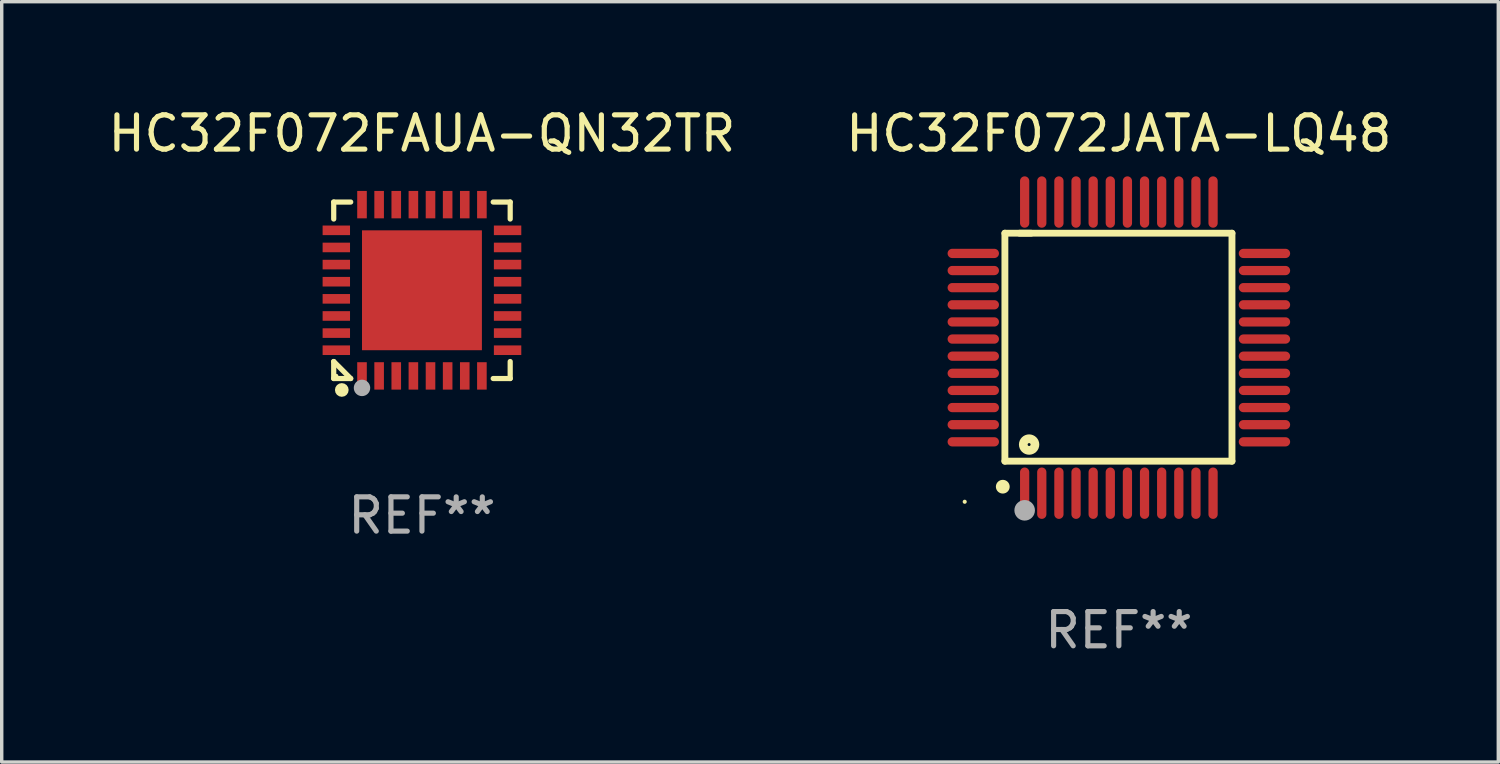
<source format=kicad_pcb>
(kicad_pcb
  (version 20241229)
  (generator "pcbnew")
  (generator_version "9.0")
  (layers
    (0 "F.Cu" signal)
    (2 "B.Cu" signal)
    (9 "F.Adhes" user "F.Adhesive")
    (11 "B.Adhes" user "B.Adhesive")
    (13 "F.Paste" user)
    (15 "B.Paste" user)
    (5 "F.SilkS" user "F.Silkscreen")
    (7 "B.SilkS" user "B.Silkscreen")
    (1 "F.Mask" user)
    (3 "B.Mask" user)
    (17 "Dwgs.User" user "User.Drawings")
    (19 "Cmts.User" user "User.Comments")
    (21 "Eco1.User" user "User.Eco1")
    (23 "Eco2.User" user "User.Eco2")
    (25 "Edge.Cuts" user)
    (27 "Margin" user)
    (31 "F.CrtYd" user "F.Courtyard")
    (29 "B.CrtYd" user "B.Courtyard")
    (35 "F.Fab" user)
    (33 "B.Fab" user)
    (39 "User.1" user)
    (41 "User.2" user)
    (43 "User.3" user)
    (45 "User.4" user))
  (footprint "HC32F072FAUA-QN32TR"
    (layer "F.Cu")
    (at 9.268 5.424)
    (property "Reference" "HC32F072FAUA-QN32TR" (at 0 -4.576 0) (layer "F.SilkS") (effects (font (size 1 1) (thickness 0.15))))
    (attr through_hole)
    (fp_line (start -2.576 -2.576) (end -2.08 -2.576) (stroke (width 0.152) (type solid)) (layer "F.SilkS"))
    (fp_line (start -2.576 -2.08) (end -2.576 -2.576) (stroke (width 0.152) (type solid)) (layer "F.SilkS"))
    (fp_line (start -2.576 2.08) (end -2.576 2.576) (stroke (width 0.152) (type solid)) (layer "F.SilkS"))
    (fp_line (start -2.576 2.08) (end -2.08 2.576) (stroke (width 0.152) (type solid)) (layer "F.SilkS"))
    (fp_line (start -2.576 2.576) (end -2.08 2.576) (stroke (width 0.152) (type solid)) (layer "F.SilkS"))
    (fp_line (start 2.576 -2.576) (end 2.08 -2.576) (stroke (width 0.152) (type solid)) (layer "F.SilkS"))
    (fp_line (start 2.576 -2.08) (end 2.576 -2.576) (stroke (width 0.152) (type solid)) (layer "F.SilkS"))
    (fp_line (start 2.576 2.08) (end 2.576 2.576) (stroke (width 0.152) (type solid)) (layer "F.SilkS"))
    (fp_line (start 2.576 2.576) (end 2.08 2.576) (stroke (width 0.152) (type solid)) (layer "F.SilkS"))
    (fp_circle (center -2.5 2.5) (end -2.47 2.5) (stroke (width 0.06) (type solid)) (fill no) (layer "F.SilkS"))
    (fp_circle (center -2.34 2.91) (end -2.24 2.91) (stroke (width 0.2) (type solid)) (fill no) (layer "F.SilkS"))
    (fp_circle (center -1.75 2.85) (end -1.63 2.85) (stroke (width 0.24) (type solid)) (fill no) (layer "F.Fab"))
    (fp_text user "REF**" (at 0 6.576 0) (layer "F.Fab") (effects (font (size 1 1) (thickness 0.15))))
    (pad "1" smd rect (at -1.75 2.5) (size 0.28 0.8) (layers "F.Cu" "F.Mask" "F.Paste"))
    (pad "2" smd rect (at -1.25 2.5) (size 0.28 0.8) (layers "F.Cu" "F.Mask" "F.Paste"))
    (pad "3" smd rect (at -0.75 2.5) (size 0.28 0.8) (layers "F.Cu" "F.Mask" "F.Paste"))
    (pad "4" smd rect (at -0.25 2.5) (size 0.28 0.8) (layers "F.Cu" "F.Mask" "F.Paste"))
    (pad "5" smd rect (at 0.25 2.5) (size 0.28 0.8) (layers "F.Cu" "F.Mask" "F.Paste"))
    (pad "6" smd rect (at 0.75 2.5) (size 0.28 0.8) (layers "F.Cu" "F.Mask" "F.Paste"))
    (pad "7" smd rect (at 1.25 2.5) (size 0.28 0.8) (layers "F.Cu" "F.Mask" "F.Paste"))
    (pad "8" smd rect (at 1.75 2.5) (size 0.28 0.8) (layers "F.Cu" "F.Mask" "F.Paste"))
    (pad "9" smd rect (at 2.5 1.75) (size 0.8 0.28) (layers "F.Cu" "F.Mask" "F.Paste"))
    (pad "10" smd rect (at 2.5 1.25) (size 0.8 0.28) (layers "F.Cu" "F.Mask" "F.Paste"))
    (pad "11" smd rect (at 2.5 0.75) (size 0.8 0.28) (layers "F.Cu" "F.Mask" "F.Paste"))
    (pad "12" smd rect (at 2.5 0.25) (size 0.8 0.28) (layers "F.Cu" "F.Mask" "F.Paste"))
    (pad "13" smd rect (at 2.5 -0.25) (size 0.8 0.28) (layers "F.Cu" "F.Mask" "F.Paste"))
    (pad "14" smd rect (at 2.5 -0.75) (size 0.8 0.28) (layers "F.Cu" "F.Mask" "F.Paste"))
    (pad "15" smd rect (at 2.5 -1.25) (size 0.8 0.28) (layers "F.Cu" "F.Mask" "F.Paste"))
    (pad "16" smd rect (at 2.5 -1.75) (size 0.8 0.28) (layers "F.Cu" "F.Mask" "F.Paste"))
    (pad "17" smd rect (at 1.75 -2.5) (size 0.28 0.8) (layers "F.Cu" "F.Mask" "F.Paste"))
    (pad "18" smd rect (at 1.25 -2.5) (size 0.28 0.8) (layers "F.Cu" "F.Mask" "F.Paste"))
    (pad "19" smd rect (at 0.75 -2.5) (size 0.28 0.8) (layers "F.Cu" "F.Mask" "F.Paste"))
    (pad "20" smd rect (at 0.25 -2.5) (size 0.28 0.8) (layers "F.Cu" "F.Mask" "F.Paste"))
    (pad "21" smd rect (at -0.25 -2.5) (size 0.28 0.8) (layers "F.Cu" "F.Mask" "F.Paste"))
    (pad "22" smd rect (at -0.75 -2.5) (size 0.28 0.8) (layers "F.Cu" "F.Mask" "F.Paste"))
    (pad "23" smd rect (at -1.25 -2.5) (size 0.28 0.8) (layers "F.Cu" "F.Mask" "F.Paste"))
    (pad "24" smd rect (at -1.75 -2.5) (size 0.28 0.8) (layers "F.Cu" "F.Mask" "F.Paste"))
    (pad "25" smd rect (at -2.5 -1.75) (size 0.8 0.28) (layers "F.Cu" "F.Mask" "F.Paste"))
    (pad "26" smd rect (at -2.5 -1.25) (size 0.8 0.28) (layers "F.Cu" "F.Mask" "F.Paste"))
    (pad "27" smd rect (at -2.5 -0.75) (size 0.8 0.28) (layers "F.Cu" "F.Mask" "F.Paste"))
    (pad "28" smd rect (at -2.5 -0.25) (size 0.8 0.28) (layers "F.Cu" "F.Mask" "F.Paste"))
    (pad "29" smd rect (at -2.5 0.25) (size 0.8 0.28) (layers "F.Cu" "F.Mask" "F.Paste"))
    (pad "30" smd rect (at -2.5 0.75) (size 0.8 0.28) (layers "F.Cu" "F.Mask" "F.Paste"))
    (pad "31" smd rect (at -2.5 1.25) (size 0.8 0.28) (layers "F.Cu" "F.Mask" "F.Paste"))
    (pad "32" smd rect (at -2.5 1.75) (size 0.8 0.28) (layers "F.Cu" "F.Mask" "F.Paste"))
    (pad "33" smd rect (at 0 0) (size 3.5 3.5) (layers "F.Cu" "F.Mask" "F.Paste")))
  (footprint "HC32F072JATA-LQ48"
    (layer "F.Cu")
    (at 29.613 7.098)
    (property "Reference" "HC32F072JATA-LQ48" (at 0 -6.25 0) (layer "F.SilkS") (effects (font (size 1 1) (thickness 0.15))))
    (attr through_hole)
    (fp_line (start -3.327 -3.34) (end -2.565 -3.34) (stroke (width 0.2) (type solid)) (layer "F.SilkS"))
    (fp_line (start -3.327 3.315) (end -3.327 -3.34) (stroke (width 0.2) (type solid)) (layer "F.SilkS"))
    (fp_line (start -2.896 -3.34) (end 3.302 -3.34) (stroke (width 0.2) (type solid)) (layer "F.SilkS"))
    (fp_line (start 3.302 -3.34) (end 3.302 3.315) (stroke (width 0.2) (type solid)) (layer "F.SilkS"))
    (fp_line (start 3.302 3.315) (end -3.327 3.315) (stroke (width 0.2) (type solid)) (layer "F.SilkS"))
    (fp_arc (start -3.389992 4.059995) (mid -3.388722 4.059991) (end -3.387452 4.059995) (stroke (width 0.4) (type solid)) (layer "F.SilkS"))
    (fp_circle (center -4.5 4.5) (end -4.47 4.5) (stroke (width 0.06) (type solid)) (fill no) (layer "F.SilkS"))
    (fp_circle (center -2.62 2.83) (end -2.45 2.83) (stroke (width 0.254) (type solid)) (fill no) (layer "F.SilkS"))
    (fp_circle (center -2.75 4.75) (end -2.6 4.75) (stroke (width 0.3) (type solid)) (fill no) (layer "F.Fab"))
    (fp_text user "REF**" (at 0 8.25 0) (layer "F.Fab") (effects (font (size 1 1) (thickness 0.15))))
    (pad "1" smd oval (at -2.75 4.25) (size 0.27 1.5) (layers "F.Cu" "F.Mask" "F.Paste"))
    (pad "2" smd oval (at -2.25 4.25) (size 0.27 1.5) (layers "F.Cu" "F.Mask" "F.Paste"))
    (pad "3" smd oval (at -1.75 4.25) (size 0.27 1.5) (layers "F.Cu" "F.Mask" "F.Paste"))
    (pad "4" smd oval (at -1.25 4.25) (size 0.27 1.5) (layers "F.Cu" "F.Mask" "F.Paste"))
    (pad "5" smd oval (at -0.75 4.25) (size 0.27 1.5) (layers "F.Cu" "F.Mask" "F.Paste"))
    (pad "6" smd oval (at -0.25 4.25) (size 0.27 1.5) (layers "F.Cu" "F.Mask" "F.Paste"))
    (pad "7" smd oval (at 0.25 4.25) (size 0.27 1.5) (layers "F.Cu" "F.Mask" "F.Paste"))
    (pad "8" smd oval (at 0.75 4.25) (size 0.27 1.5) (layers "F.Cu" "F.Mask" "F.Paste"))
    (pad "9" smd oval (at 1.25 4.25) (size 0.27 1.5) (layers "F.Cu" "F.Mask" "F.Paste"))
    (pad "10" smd oval (at 1.75 4.25) (size 0.27 1.5) (layers "F.Cu" "F.Mask" "F.Paste"))
    (pad "11" smd oval (at 2.25 4.25) (size 0.27 1.5) (layers "F.Cu" "F.Mask" "F.Paste"))
    (pad "12" smd oval (at 2.75 4.25) (size 0.27 1.5) (layers "F.Cu" "F.Mask" "F.Paste"))
    (pad "13" smd oval (at 4.25 2.75) (size 1.5 0.27) (layers "F.Cu" "F.Mask" "F.Paste"))
    (pad "14" smd oval (at 4.25 2.25) (size 1.5 0.27) (layers "F.Cu" "F.Mask" "F.Paste"))
    (pad "15" smd oval (at 4.25 1.75) (size 1.5 0.27) (layers "F.Cu" "F.Mask" "F.Paste"))
    (pad "16" smd oval (at 4.25 1.25) (size 1.5 0.27) (layers "F.Cu" "F.Mask" "F.Paste"))
    (pad "17" smd oval (at 4.25 0.75) (size 1.5 0.27) (layers "F.Cu" "F.Mask" "F.Paste"))
    (pad "18" smd oval (at 4.25 0.25) (size 1.5 0.27) (layers "F.Cu" "F.Mask" "F.Paste"))
    (pad "19" smd oval (at 4.25 -0.25) (size 1.5 0.27) (layers "F.Cu" "F.Mask" "F.Paste"))
    (pad "20" smd oval (at 4.25 -0.75) (size 1.5 0.27) (layers "F.Cu" "F.Mask" "F.Paste"))
    (pad "21" smd oval (at 4.25 -1.25) (size 1.5 0.27) (layers "F.Cu" "F.Mask" "F.Paste"))
    (pad "22" smd oval (at 4.25 -1.75) (size 1.5 0.27) (layers "F.Cu" "F.Mask" "F.Paste"))
    (pad "23" smd oval (at 4.25 -2.25) (size 1.5 0.27) (layers "F.Cu" "F.Mask" "F.Paste"))
    (pad "24" smd oval (at 4.25 -2.75) (size 1.5 0.27) (layers "F.Cu" "F.Mask" "F.Paste"))
    (pad "25" smd oval (at 2.75 -4.25) (size 0.27 1.5) (layers "F.Cu" "F.Mask" "F.Paste"))
    (pad "26" smd oval (at 2.25 -4.25) (size 0.27 1.5) (layers "F.Cu" "F.Mask" "F.Paste"))
    (pad "27" smd oval (at 1.75 -4.25) (size 0.27 1.5) (layers "F.Cu" "F.Mask" "F.Paste"))
    (pad "28" smd oval (at 1.25 -4.25) (size 0.27 1.5) (layers "F.Cu" "F.Mask" "F.Paste"))
    (pad "29" smd oval (at 0.75 -4.25) (size 0.27 1.5) (layers "F.Cu" "F.Mask" "F.Paste"))
    (pad "30" smd oval (at 0.25 -4.25) (size 0.27 1.5) (layers "F.Cu" "F.Mask" "F.Paste"))
    (pad "31" smd oval (at -0.25 -4.25) (size 0.27 1.5) (layers "F.Cu" "F.Mask" "F.Paste"))
    (pad "32" smd oval (at -0.75 -4.25) (size 0.27 1.5) (layers "F.Cu" "F.Mask" "F.Paste"))
    (pad "33" smd oval (at -1.25 -4.25) (size 0.27 1.5) (layers "F.Cu" "F.Mask" "F.Paste"))
    (pad "34" smd oval (at -1.75 -4.25) (size 0.27 1.5) (layers "F.Cu" "F.Mask" "F.Paste"))
    (pad "35" smd oval (at -2.25 -4.25) (size 0.27 1.5) (layers "F.Cu" "F.Mask" "F.Paste"))
    (pad "36" smd oval (at -2.75 -4.25) (size 0.27 1.5) (layers "F.Cu" "F.Mask" "F.Paste"))
    (pad "37" smd oval (at -4.25 -2.75) (size 1.5 0.27) (layers "F.Cu" "F.Mask" "F.Paste"))
    (pad "38" smd oval (at -4.25 -2.25) (size 1.5 0.27) (layers "F.Cu" "F.Mask" "F.Paste"))
    (pad "39" smd oval (at -4.25 -1.75) (size 1.5 0.27) (layers "F.Cu" "F.Mask" "F.Paste"))
    (pad "40" smd oval (at -4.25 -1.25) (size 1.5 0.27) (layers "F.Cu" "F.Mask" "F.Paste"))
    (pad "41" smd oval (at -4.25 -0.75) (size 1.5 0.27) (layers "F.Cu" "F.Mask" "F.Paste"))
    (pad "42" smd oval (at -4.25 -0.25) (size 1.5 0.27) (layers "F.Cu" "F.Mask" "F.Paste"))
    (pad "43" smd oval (at -4.25 0.25) (size 1.5 0.27) (layers "F.Cu" "F.Mask" "F.Paste"))
    (pad "44" smd oval (at -4.25 0.75) (size 1.5 0.27) (layers "F.Cu" "F.Mask" "F.Paste"))
    (pad "45" smd oval (at -4.25 1.25) (size 1.5 0.27) (layers "F.Cu" "F.Mask" "F.Paste"))
    (pad "46" smd oval (at -4.25 1.75) (size 1.5 0.27) (layers "F.Cu" "F.Mask" "F.Paste"))
    (pad "47" smd oval (at -4.25 2.25) (size 1.5 0.27) (layers "F.Cu" "F.Mask" "F.Paste"))
    (pad "48" smd oval (at -4.25 2.75) (size 1.5 0.27) (layers "F.Cu" "F.Mask" "F.Paste")))
  (gr_rect
    (start -3 -3)
    (end 40.69 19.196)
    (stroke (width 0.1) (type default))
    (fill no)
    (layer "Edge.Cuts")))
</source>
